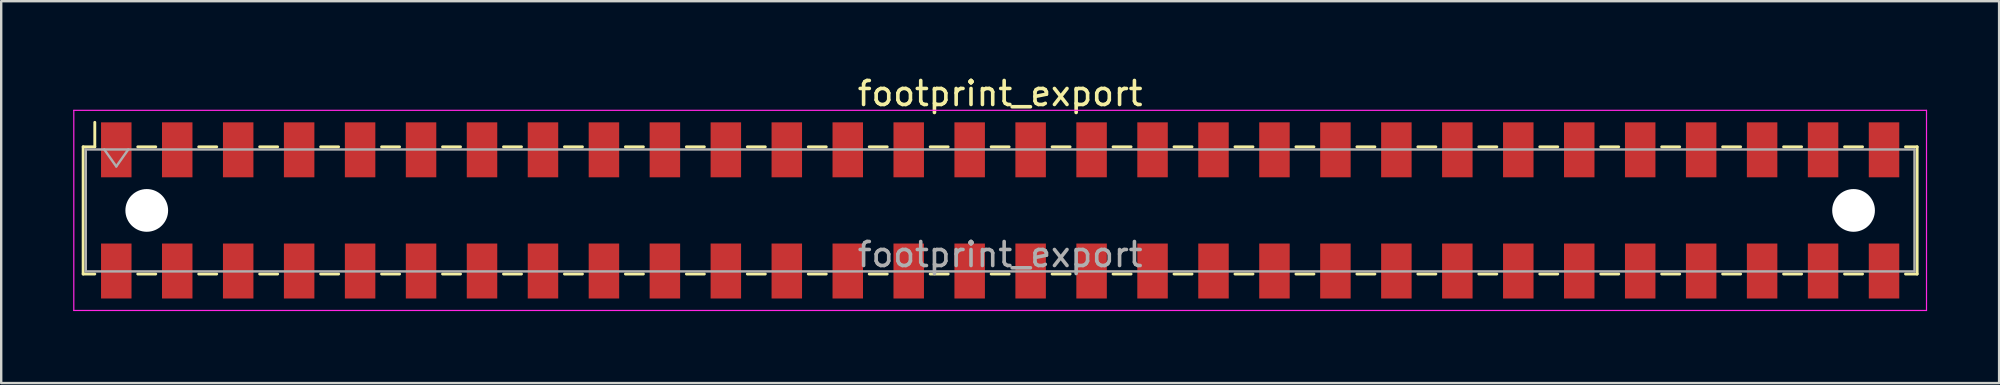
<source format=kicad_pcb>
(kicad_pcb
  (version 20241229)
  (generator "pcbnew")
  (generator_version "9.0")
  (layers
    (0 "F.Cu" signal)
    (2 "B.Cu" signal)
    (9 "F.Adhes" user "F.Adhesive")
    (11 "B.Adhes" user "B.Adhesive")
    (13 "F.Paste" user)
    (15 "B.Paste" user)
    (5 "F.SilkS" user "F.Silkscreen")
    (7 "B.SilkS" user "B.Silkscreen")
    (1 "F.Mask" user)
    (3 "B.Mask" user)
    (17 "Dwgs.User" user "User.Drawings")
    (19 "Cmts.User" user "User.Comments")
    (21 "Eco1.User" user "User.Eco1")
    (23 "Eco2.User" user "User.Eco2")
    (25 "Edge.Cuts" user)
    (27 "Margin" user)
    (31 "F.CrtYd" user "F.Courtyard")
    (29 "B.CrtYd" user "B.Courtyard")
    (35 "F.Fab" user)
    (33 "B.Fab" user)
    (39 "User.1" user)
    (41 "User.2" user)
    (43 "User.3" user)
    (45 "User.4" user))
  (footprint "footprint_export"
    (layer "F.Cu")
    (at 38.625 5.718)
    (property "Reference" "footprint_export" (at 0 -4.87 0) (layer "F.SilkS") (effects (font (size 1 1) (thickness 0.15))))
    (attr smd)
    (fp_line (start -38.21 -2.65) (end -38.21 2.65) (stroke (width 0.12) (type solid)) (layer "F.SilkS"))
    (fp_line (start -38.21 2.65) (end -37.725 2.65) (stroke (width 0.12) (type solid)) (layer "F.SilkS"))
    (fp_line (start -37.725 -3.67) (end -37.725 -2.65) (stroke (width 0.12) (type solid)) (layer "F.SilkS"))
    (fp_line (start -37.725 -2.65) (end -38.21 -2.65) (stroke (width 0.12) (type solid)) (layer "F.SilkS"))
    (fp_line (start -35.935 -2.65) (end -35.185 -2.65) (stroke (width 0.12) (type solid)) (layer "F.SilkS"))
    (fp_line (start -35.935 2.65) (end -35.185 2.65) (stroke (width 0.12) (type solid)) (layer "F.SilkS"))
    (fp_line (start -33.395 -2.65) (end -32.645 -2.65) (stroke (width 0.12) (type solid)) (layer "F.SilkS"))
    (fp_line (start -33.395 2.65) (end -32.645 2.65) (stroke (width 0.12) (type solid)) (layer "F.SilkS"))
    (fp_line (start -30.855 -2.65) (end -30.105 -2.65) (stroke (width 0.12) (type solid)) (layer "F.SilkS"))
    (fp_line (start -30.855 2.65) (end -30.105 2.65) (stroke (width 0.12) (type solid)) (layer "F.SilkS"))
    (fp_line (start -28.315 -2.65) (end -27.565 -2.65) (stroke (width 0.12) (type solid)) (layer "F.SilkS"))
    (fp_line (start -28.315 2.65) (end -27.565 2.65) (stroke (width 0.12) (type solid)) (layer "F.SilkS"))
    (fp_line (start -25.775 -2.65) (end -25.025 -2.65) (stroke (width 0.12) (type solid)) (layer "F.SilkS"))
    (fp_line (start -25.775 2.65) (end -25.025 2.65) (stroke (width 0.12) (type solid)) (layer "F.SilkS"))
    (fp_line (start -23.235 -2.65) (end -22.485 -2.65) (stroke (width 0.12) (type solid)) (layer "F.SilkS"))
    (fp_line (start -23.235 2.65) (end -22.485 2.65) (stroke (width 0.12) (type solid)) (layer "F.SilkS"))
    (fp_line (start -20.695 -2.65) (end -19.945 -2.65) (stroke (width 0.12) (type solid)) (layer "F.SilkS"))
    (fp_line (start -20.695 2.65) (end -19.945 2.65) (stroke (width 0.12) (type solid)) (layer "F.SilkS"))
    (fp_line (start -18.155 -2.65) (end -17.405 -2.65) (stroke (width 0.12) (type solid)) (layer "F.SilkS"))
    (fp_line (start -18.155 2.65) (end -17.405 2.65) (stroke (width 0.12) (type solid)) (layer "F.SilkS"))
    (fp_line (start -15.615 -2.65) (end -14.865 -2.65) (stroke (width 0.12) (type solid)) (layer "F.SilkS"))
    (fp_line (start -15.615 2.65) (end -14.865 2.65) (stroke (width 0.12) (type solid)) (layer "F.SilkS"))
    (fp_line (start -13.075 -2.65) (end -12.325 -2.65) (stroke (width 0.12) (type solid)) (layer "F.SilkS"))
    (fp_line (start -13.075 2.65) (end -12.325 2.65) (stroke (width 0.12) (type solid)) (layer "F.SilkS"))
    (fp_line (start -10.535 -2.65) (end -9.785 -2.65) (stroke (width 0.12) (type solid)) (layer "F.SilkS"))
    (fp_line (start -10.535 2.65) (end -9.785 2.65) (stroke (width 0.12) (type solid)) (layer "F.SilkS"))
    (fp_line (start -7.995 -2.65) (end -7.245 -2.65) (stroke (width 0.12) (type solid)) (layer "F.SilkS"))
    (fp_line (start -7.995 2.65) (end -7.245 2.65) (stroke (width 0.12) (type solid)) (layer "F.SilkS"))
    (fp_line (start -5.455 -2.65) (end -4.705 -2.65) (stroke (width 0.12) (type solid)) (layer "F.SilkS"))
    (fp_line (start -5.455 2.65) (end -4.705 2.65) (stroke (width 0.12) (type solid)) (layer "F.SilkS"))
    (fp_line (start -2.915 -2.65) (end -2.165 -2.65) (stroke (width 0.12) (type solid)) (layer "F.SilkS"))
    (fp_line (start -2.915 2.65) (end -2.165 2.65) (stroke (width 0.12) (type solid)) (layer "F.SilkS"))
    (fp_line (start -0.375 -2.65) (end 0.375 -2.65) (stroke (width 0.12) (type solid)) (layer "F.SilkS"))
    (fp_line (start -0.375 2.65) (end 0.375 2.65) (stroke (width 0.12) (type solid)) (layer "F.SilkS"))
    (fp_line (start 2.165 -2.65) (end 2.915 -2.65) (stroke (width 0.12) (type solid)) (layer "F.SilkS"))
    (fp_line (start 2.165 2.65) (end 2.915 2.65) (stroke (width 0.12) (type solid)) (layer "F.SilkS"))
    (fp_line (start 4.705 -2.65) (end 5.455 -2.65) (stroke (width 0.12) (type solid)) (layer "F.SilkS"))
    (fp_line (start 4.705 2.65) (end 5.455 2.65) (stroke (width 0.12) (type solid)) (layer "F.SilkS"))
    (fp_line (start 7.245 -2.65) (end 7.995 -2.65) (stroke (width 0.12) (type solid)) (layer "F.SilkS"))
    (fp_line (start 7.245 2.65) (end 7.995 2.65) (stroke (width 0.12) (type solid)) (layer "F.SilkS"))
    (fp_line (start 9.785 -2.65) (end 10.535 -2.65) (stroke (width 0.12) (type solid)) (layer "F.SilkS"))
    (fp_line (start 9.785 2.65) (end 10.535 2.65) (stroke (width 0.12) (type solid)) (layer "F.SilkS"))
    (fp_line (start 12.325 -2.65) (end 13.075 -2.65) (stroke (width 0.12) (type solid)) (layer "F.SilkS"))
    (fp_line (start 12.325 2.65) (end 13.075 2.65) (stroke (width 0.12) (type solid)) (layer "F.SilkS"))
    (fp_line (start 14.865 -2.65) (end 15.615 -2.65) (stroke (width 0.12) (type solid)) (layer "F.SilkS"))
    (fp_line (start 14.865 2.65) (end 15.615 2.65) (stroke (width 0.12) (type solid)) (layer "F.SilkS"))
    (fp_line (start 17.405 -2.65) (end 18.155 -2.65) (stroke (width 0.12) (type solid)) (layer "F.SilkS"))
    (fp_line (start 17.405 2.65) (end 18.155 2.65) (stroke (width 0.12) (type solid)) (layer "F.SilkS"))
    (fp_line (start 19.945 -2.65) (end 20.695 -2.65) (stroke (width 0.12) (type solid)) (layer "F.SilkS"))
    (fp_line (start 19.945 2.65) (end 20.695 2.65) (stroke (width 0.12) (type solid)) (layer "F.SilkS"))
    (fp_line (start 22.485 -2.65) (end 23.235 -2.65) (stroke (width 0.12) (type solid)) (layer "F.SilkS"))
    (fp_line (start 22.485 2.65) (end 23.235 2.65) (stroke (width 0.12) (type solid)) (layer "F.SilkS"))
    (fp_line (start 25.025 -2.65) (end 25.775 -2.65) (stroke (width 0.12) (type solid)) (layer "F.SilkS"))
    (fp_line (start 25.025 2.65) (end 25.775 2.65) (stroke (width 0.12) (type solid)) (layer "F.SilkS"))
    (fp_line (start 27.565 -2.65) (end 28.315 -2.65) (stroke (width 0.12) (type solid)) (layer "F.SilkS"))
    (fp_line (start 27.565 2.65) (end 28.315 2.65) (stroke (width 0.12) (type solid)) (layer "F.SilkS"))
    (fp_line (start 30.105 -2.65) (end 30.855 -2.65) (stroke (width 0.12) (type solid)) (layer "F.SilkS"))
    (fp_line (start 30.105 2.65) (end 30.855 2.65) (stroke (width 0.12) (type solid)) (layer "F.SilkS"))
    (fp_line (start 32.645 -2.65) (end 33.395 -2.65) (stroke (width 0.12) (type solid)) (layer "F.SilkS"))
    (fp_line (start 32.645 2.65) (end 33.395 2.65) (stroke (width 0.12) (type solid)) (layer "F.SilkS"))
    (fp_line (start 35.185 -2.65) (end 35.935 -2.65) (stroke (width 0.12) (type solid)) (layer "F.SilkS"))
    (fp_line (start 35.185 2.65) (end 35.935 2.65) (stroke (width 0.12) (type solid)) (layer "F.SilkS"))
    (fp_line (start 37.725 -2.65) (end 38.21 -2.65) (stroke (width 0.12) (type solid)) (layer "F.SilkS"))
    (fp_line (start 38.21 -2.65) (end 38.21 2.65) (stroke (width 0.12) (type solid)) (layer "F.SilkS"))
    (fp_line (start 38.21 2.65) (end 37.725 2.65) (stroke (width 0.12) (type solid)) (layer "F.SilkS"))
    (fp_line (start -38.6 -4.17) (end 38.6 -4.17) (stroke (width 0.05) (type solid)) (layer "F.CrtYd"))
    (fp_line (start -38.6 4.17) (end -38.6 -4.17) (stroke (width 0.05) (type solid)) (layer "F.CrtYd"))
    (fp_line (start 38.6 -4.17) (end 38.6 4.17) (stroke (width 0.05) (type solid)) (layer "F.CrtYd"))
    (fp_line (start 38.6 4.17) (end -38.6 4.17) (stroke (width 0.05) (type solid)) (layer "F.CrtYd"))
    (fp_line (start -38.1 -2.54) (end 38.1 -2.54) (stroke (width 0.1) (type solid)) (layer "F.Fab"))
    (fp_line (start -38.1 2.54) (end -38.1 -2.54) (stroke (width 0.1) (type solid)) (layer "F.Fab"))
    (fp_line (start -37.33 -2.54) (end -36.83 -1.833) (stroke (width 0.1) (type solid)) (layer "F.Fab"))
    (fp_line (start -36.83 -1.833) (end -36.33 -2.54) (stroke (width 0.1) (type solid)) (layer "F.Fab"))
    (fp_line (start 38.1 -2.54) (end 38.1 2.54) (stroke (width 0.1) (type solid)) (layer "F.Fab"))
    (fp_line (start 38.1 2.54) (end -38.1 2.54) (stroke (width 0.1) (type solid)) (layer "F.Fab"))
    (fp_text user "${REFERENCE}" (at 0 1.84 0) (layer "F.Fab") (effects (font (size 1 1) (thickness 0.15))))
    (pad "" np_thru_hole circle (at -35.56 0) (size 1.78 1.78) (drill 1.78) (layers "*.Cu" "*.Mask"))
    (pad "" np_thru_hole circle (at 35.56 0) (size 1.78 1.78) (drill 1.78) (layers "*.Cu" "*.Mask"))
    (pad "1" smd rect (at -36.83 -2.525) (size 1.27 2.29) (layers "F.Cu" "F.Mask" "F.Paste"))
    (pad "2" smd rect (at -36.83 2.525) (size 1.27 2.29) (layers "F.Cu" "F.Mask" "F.Paste"))
    (pad "3" smd rect (at -34.29 -2.525) (size 1.27 2.29) (layers "F.Cu" "F.Mask" "F.Paste"))
    (pad "4" smd rect (at -34.29 2.525) (size 1.27 2.29) (layers "F.Cu" "F.Mask" "F.Paste"))
    (pad "5" smd rect (at -31.75 -2.525) (size 1.27 2.29) (layers "F.Cu" "F.Mask" "F.Paste"))
    (pad "6" smd rect (at -31.75 2.525) (size 1.27 2.29) (layers "F.Cu" "F.Mask" "F.Paste"))
    (pad "7" smd rect (at -29.21 -2.525) (size 1.27 2.29) (layers "F.Cu" "F.Mask" "F.Paste"))
    (pad "8" smd rect (at -29.21 2.525) (size 1.27 2.29) (layers "F.Cu" "F.Mask" "F.Paste"))
    (pad "9" smd rect (at -26.67 -2.525) (size 1.27 2.29) (layers "F.Cu" "F.Mask" "F.Paste"))
    (pad "10" smd rect (at -26.67 2.525) (size 1.27 2.29) (layers "F.Cu" "F.Mask" "F.Paste"))
    (pad "11" smd rect (at -24.13 -2.525) (size 1.27 2.29) (layers "F.Cu" "F.Mask" "F.Paste"))
    (pad "12" smd rect (at -24.13 2.525) (size 1.27 2.29) (layers "F.Cu" "F.Mask" "F.Paste"))
    (pad "13" smd rect (at -21.59 -2.525) (size 1.27 2.29) (layers "F.Cu" "F.Mask" "F.Paste"))
    (pad "14" smd rect (at -21.59 2.525) (size 1.27 2.29) (layers "F.Cu" "F.Mask" "F.Paste"))
    (pad "15" smd rect (at -19.05 -2.525) (size 1.27 2.29) (layers "F.Cu" "F.Mask" "F.Paste"))
    (pad "16" smd rect (at -19.05 2.525) (size 1.27 2.29) (layers "F.Cu" "F.Mask" "F.Paste"))
    (pad "17" smd rect (at -16.51 -2.525) (size 1.27 2.29) (layers "F.Cu" "F.Mask" "F.Paste"))
    (pad "18" smd rect (at -16.51 2.525) (size 1.27 2.29) (layers "F.Cu" "F.Mask" "F.Paste"))
    (pad "19" smd rect (at -13.97 -2.525) (size 1.27 2.29) (layers "F.Cu" "F.Mask" "F.Paste"))
    (pad "20" smd rect (at -13.97 2.525) (size 1.27 2.29) (layers "F.Cu" "F.Mask" "F.Paste"))
    (pad "21" smd rect (at -11.43 -2.525) (size 1.27 2.29) (layers "F.Cu" "F.Mask" "F.Paste"))
    (pad "22" smd rect (at -11.43 2.525) (size 1.27 2.29) (layers "F.Cu" "F.Mask" "F.Paste"))
    (pad "23" smd rect (at -8.89 -2.525) (size 1.27 2.29) (layers "F.Cu" "F.Mask" "F.Paste"))
    (pad "24" smd rect (at -8.89 2.525) (size 1.27 2.29) (layers "F.Cu" "F.Mask" "F.Paste"))
    (pad "25" smd rect (at -6.35 -2.525) (size 1.27 2.29) (layers "F.Cu" "F.Mask" "F.Paste"))
    (pad "26" smd rect (at -6.35 2.525) (size 1.27 2.29) (layers "F.Cu" "F.Mask" "F.Paste"))
    (pad "27" smd rect (at -3.81 -2.525) (size 1.27 2.29) (layers "F.Cu" "F.Mask" "F.Paste"))
    (pad "28" smd rect (at -3.81 2.525) (size 1.27 2.29) (layers "F.Cu" "F.Mask" "F.Paste"))
    (pad "29" smd rect (at -1.27 -2.525) (size 1.27 2.29) (layers "F.Cu" "F.Mask" "F.Paste"))
    (pad "30" smd rect (at -1.27 2.525) (size 1.27 2.29) (layers "F.Cu" "F.Mask" "F.Paste"))
    (pad "31" smd rect (at 1.27 -2.525) (size 1.27 2.29) (layers "F.Cu" "F.Mask" "F.Paste"))
    (pad "32" smd rect (at 1.27 2.525) (size 1.27 2.29) (layers "F.Cu" "F.Mask" "F.Paste"))
    (pad "33" smd rect (at 3.81 -2.525) (size 1.27 2.29) (layers "F.Cu" "F.Mask" "F.Paste"))
    (pad "34" smd rect (at 3.81 2.525) (size 1.27 2.29) (layers "F.Cu" "F.Mask" "F.Paste"))
    (pad "35" smd rect (at 6.35 -2.525) (size 1.27 2.29) (layers "F.Cu" "F.Mask" "F.Paste"))
    (pad "36" smd rect (at 6.35 2.525) (size 1.27 2.29) (layers "F.Cu" "F.Mask" "F.Paste"))
    (pad "37" smd rect (at 8.89 -2.525) (size 1.27 2.29) (layers "F.Cu" "F.Mask" "F.Paste"))
    (pad "38" smd rect (at 8.89 2.525) (size 1.27 2.29) (layers "F.Cu" "F.Mask" "F.Paste"))
    (pad "39" smd rect (at 11.43 -2.525) (size 1.27 2.29) (layers "F.Cu" "F.Mask" "F.Paste"))
    (pad "40" smd rect (at 11.43 2.525) (size 1.27 2.29) (layers "F.Cu" "F.Mask" "F.Paste"))
    (pad "41" smd rect (at 13.97 -2.525) (size 1.27 2.29) (layers "F.Cu" "F.Mask" "F.Paste"))
    (pad "42" smd rect (at 13.97 2.525) (size 1.27 2.29) (layers "F.Cu" "F.Mask" "F.Paste"))
    (pad "43" smd rect (at 16.51 -2.525) (size 1.27 2.29) (layers "F.Cu" "F.Mask" "F.Paste"))
    (pad "44" smd rect (at 16.51 2.525) (size 1.27 2.29) (layers "F.Cu" "F.Mask" "F.Paste"))
    (pad "45" smd rect (at 19.05 -2.525) (size 1.27 2.29) (layers "F.Cu" "F.Mask" "F.Paste"))
    (pad "46" smd rect (at 19.05 2.525) (size 1.27 2.29) (layers "F.Cu" "F.Mask" "F.Paste"))
    (pad "47" smd rect (at 21.59 -2.525) (size 1.27 2.29) (layers "F.Cu" "F.Mask" "F.Paste"))
    (pad "48" smd rect (at 21.59 2.525) (size 1.27 2.29) (layers "F.Cu" "F.Mask" "F.Paste"))
    (pad "49" smd rect (at 24.13 -2.525) (size 1.27 2.29) (layers "F.Cu" "F.Mask" "F.Paste"))
    (pad "50" smd rect (at 24.13 2.525) (size 1.27 2.29) (layers "F.Cu" "F.Mask" "F.Paste"))
    (pad "51" smd rect (at 26.67 -2.525) (size 1.27 2.29) (layers "F.Cu" "F.Mask" "F.Paste"))
    (pad "52" smd rect (at 26.67 2.525) (size 1.27 2.29) (layers "F.Cu" "F.Mask" "F.Paste"))
    (pad "53" smd rect (at 29.21 -2.525) (size 1.27 2.29) (layers "F.Cu" "F.Mask" "F.Paste"))
    (pad "54" smd rect (at 29.21 2.525) (size 1.27 2.29) (layers "F.Cu" "F.Mask" "F.Paste"))
    (pad "55" smd rect (at 31.75 -2.525) (size 1.27 2.29) (layers "F.Cu" "F.Mask" "F.Paste"))
    (pad "56" smd rect (at 31.75 2.525) (size 1.27 2.29) (layers "F.Cu" "F.Mask" "F.Paste"))
    (pad "57" smd rect (at 34.29 -2.525) (size 1.27 2.29) (layers "F.Cu" "F.Mask" "F.Paste"))
    (pad "58" smd rect (at 34.29 2.525) (size 1.27 2.29) (layers "F.Cu" "F.Mask" "F.Paste"))
    (pad "59" smd rect (at 36.83 -2.525) (size 1.27 2.29) (layers "F.Cu" "F.Mask" "F.Paste"))
    (pad "60" smd rect (at 36.83 2.525) (size 1.27 2.29) (layers "F.Cu" "F.Mask" "F.Paste")))
  (gr_rect
    (start -3 -3)
    (end 80.25 12.913)
    (stroke (width 0.1) (type default))
    (fill no)
    (layer "Edge.Cuts")))
</source>
